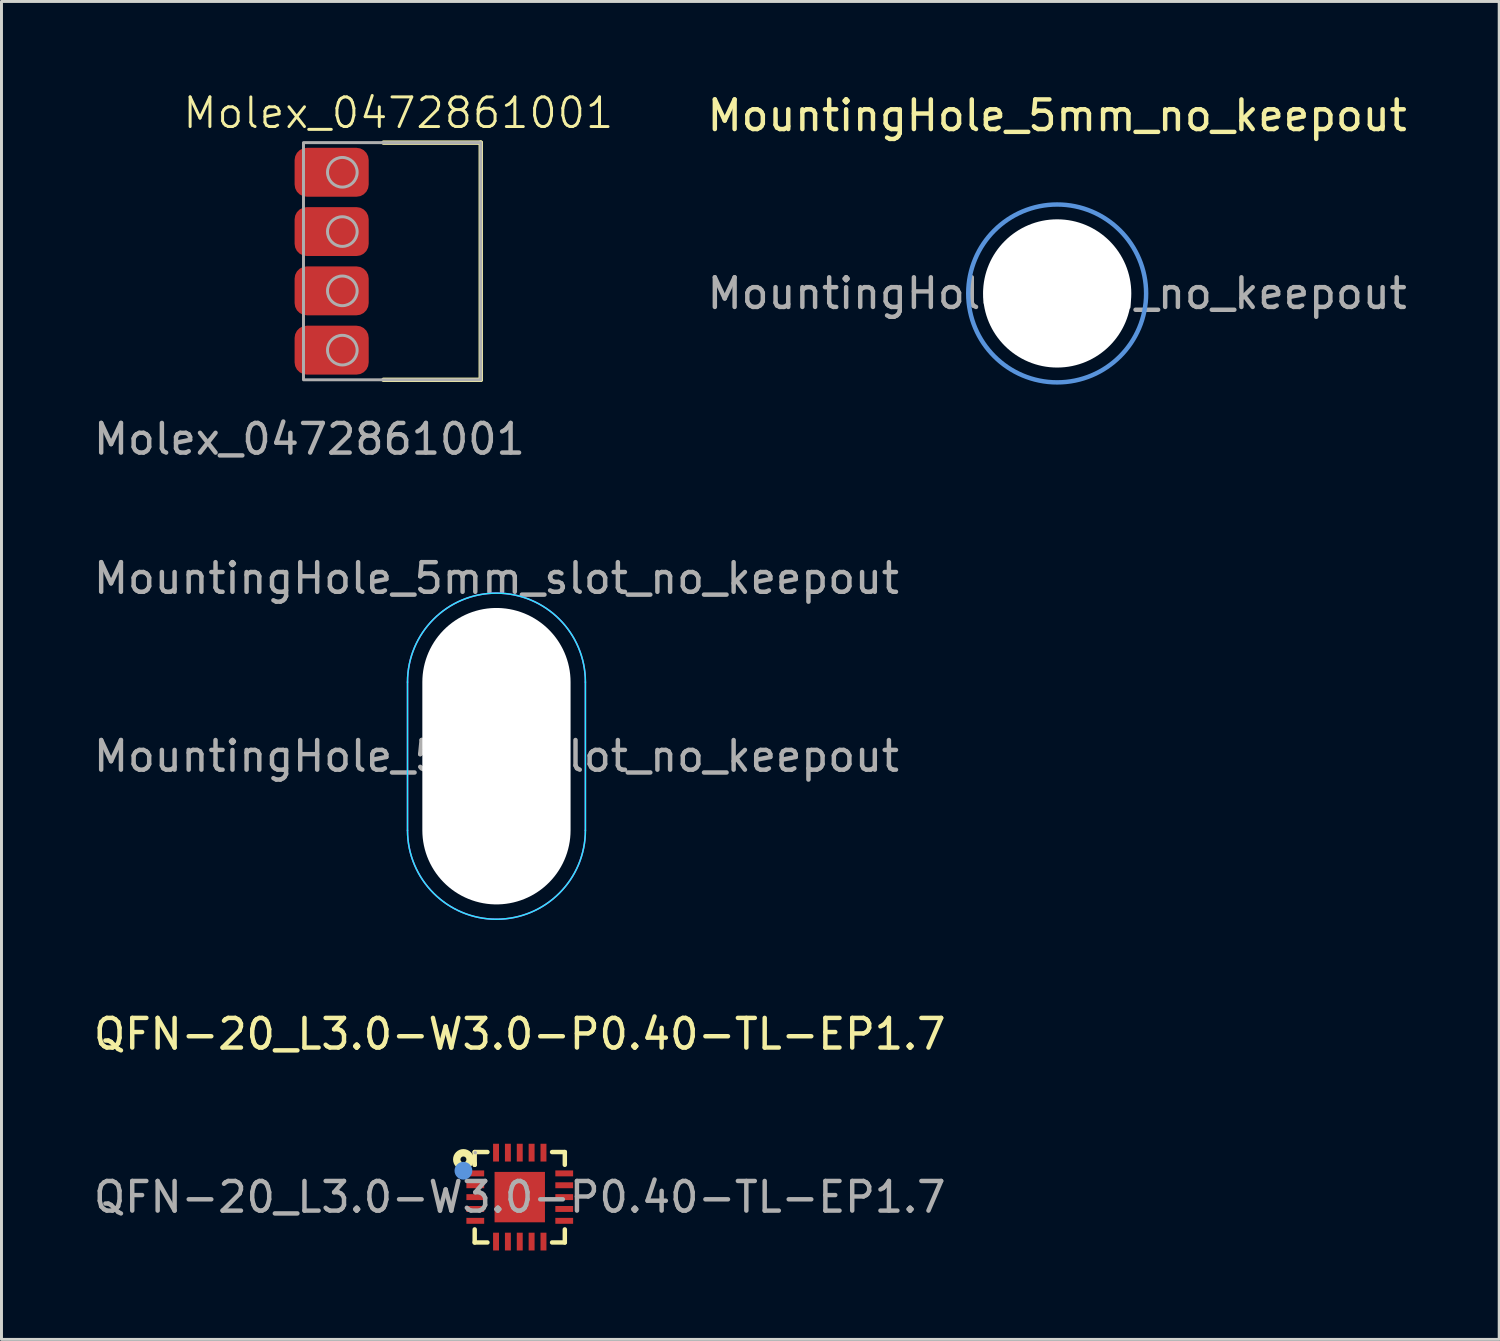
<source format=kicad_pcb>
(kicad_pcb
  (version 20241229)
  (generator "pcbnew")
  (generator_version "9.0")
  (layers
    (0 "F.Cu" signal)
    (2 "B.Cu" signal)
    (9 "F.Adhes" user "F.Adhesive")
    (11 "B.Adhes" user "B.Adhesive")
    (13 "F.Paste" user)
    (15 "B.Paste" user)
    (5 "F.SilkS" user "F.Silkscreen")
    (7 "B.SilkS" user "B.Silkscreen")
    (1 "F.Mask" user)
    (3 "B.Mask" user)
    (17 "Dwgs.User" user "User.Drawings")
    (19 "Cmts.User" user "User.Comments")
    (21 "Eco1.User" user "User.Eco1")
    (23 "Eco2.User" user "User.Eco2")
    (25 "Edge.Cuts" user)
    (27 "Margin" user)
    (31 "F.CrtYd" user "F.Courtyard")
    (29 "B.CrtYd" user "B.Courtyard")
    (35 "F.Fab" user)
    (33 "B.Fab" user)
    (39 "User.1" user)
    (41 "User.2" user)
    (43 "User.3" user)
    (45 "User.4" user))
  (footprint "QFN-20_L3.0-W3.0-P0.40-TL-EP1.7"
    (layer "F.Cu")
    (at 14.482 37.33)
    (property "Reference" "QFN-20_L3.0-W3.0-P0.40-TL-EP1.7" (at 0 -5.5 0) (layer "F.SilkS") (effects (font (size 1 1) (thickness 0.15))))
    (attr smd)
    (fp_line (start -1.52 -1.52) (end -1.09 -1.52) (stroke (width 0.15) (type solid)) (layer "F.SilkS"))
    (fp_line (start -1.52 -1.09) (end -1.52 -1.52) (stroke (width 0.15) (type solid)) (layer "F.SilkS"))
    (fp_line (start -1.52 -1.09) (end -1.52 -1.14) (stroke (width 0.15) (type solid)) (layer "F.SilkS"))
    (fp_line (start -1.52 1.53) (end -1.52 1.09) (stroke (width 0.15) (type solid)) (layer "F.SilkS"))
    (fp_line (start -1.09 1.53) (end -1.52 1.53) (stroke (width 0.15) (type solid)) (layer "F.SilkS"))
    (fp_line (start 1.09 -1.52) (end 1.52 -1.52) (stroke (width 0.15) (type solid)) (layer "F.SilkS"))
    (fp_line (start 1.52 -1.52) (end 1.52 -1.09) (stroke (width 0.15) (type solid)) (layer "F.SilkS"))
    (fp_line (start 1.52 1.09) (end 1.52 1.53) (stroke (width 0.15) (type solid)) (layer "F.SilkS"))
    (fp_line (start 1.52 1.53) (end 1.09 1.53) (stroke (width 0.15) (type solid)) (layer "F.SilkS"))
    (fp_circle (center -1.9 -1.27) (end -1.8 -1.27) (stroke (width 0.25) (type solid)) (fill no) (layer "F.SilkS"))
    (fp_circle (center -1.9 -0.89) (end -1.75 -0.89) (stroke (width 0.3) (type solid)) (fill no) (layer "Cmts.User"))
    (fp_circle (center -1.5 -1.5) (end -1.47 -1.5) (stroke (width 0.06) (type solid)) (fill no) (layer "F.Fab"))
    (fp_text user "${REFERENCE}" (at 0 0 0) (layer "F.Fab") (effects (font (size 1 1) (thickness 0.15))))
    (pad "1" smd rect (at -1.5 -0.8) (size 0.6 0.2) (layers "F.Cu" "F.Mask" "F.Paste"))
    (pad "2" smd rect (at -1.5 -0.4) (size 0.6 0.2) (layers "F.Cu" "F.Mask" "F.Paste"))
    (pad "3" smd rect (at -1.5 0) (size 0.6 0.2) (layers "F.Cu" "F.Mask" "F.Paste"))
    (pad "4" smd rect (at -1.5 0.4) (size 0.6 0.2) (layers "F.Cu" "F.Mask" "F.Paste"))
    (pad "5" smd rect (at -1.5 0.8) (size 0.6 0.2) (layers "F.Cu" "F.Mask" "F.Paste"))
    (pad "6" smd rect (at -0.8 1.5) (size 0.2 0.6) (layers "F.Cu" "F.Mask" "F.Paste"))
    (pad "7" smd rect (at -0.4 1.5) (size 0.2 0.6) (layers "F.Cu" "F.Mask" "F.Paste"))
    (pad "8" smd rect (at 0 1.5) (size 0.2 0.6) (layers "F.Cu" "F.Mask" "F.Paste"))
    (pad "9" smd rect (at 0.4 1.5) (size 0.2 0.6) (layers "F.Cu" "F.Mask" "F.Paste"))
    (pad "10" smd rect (at 0.8 1.5) (size 0.2 0.6) (layers "F.Cu" "F.Mask" "F.Paste"))
    (pad "11" smd rect (at 1.5 0.8) (size 0.6 0.2) (layers "F.Cu" "F.Mask" "F.Paste"))
    (pad "12" smd rect (at 1.5 0.4) (size 0.6 0.2) (layers "F.Cu" "F.Mask" "F.Paste"))
    (pad "13" smd rect (at 1.5 0) (size 0.6 0.2) (layers "F.Cu" "F.Mask" "F.Paste"))
    (pad "14" smd rect (at 1.5 -0.4) (size 0.6 0.2) (layers "F.Cu" "F.Mask" "F.Paste"))
    (pad "15" smd rect (at 1.5 -0.8) (size 0.6 0.2) (layers "F.Cu" "F.Mask" "F.Paste"))
    (pad "16" smd rect (at 0.8 -1.5) (size 0.2 0.6) (layers "F.Cu" "F.Mask" "F.Paste"))
    (pad "17" smd rect (at 0.4 -1.5) (size 0.2 0.6) (layers "F.Cu" "F.Mask" "F.Paste"))
    (pad "18" smd rect (at 0 -1.5) (size 0.2 0.6) (layers "F.Cu" "F.Mask" "F.Paste"))
    (pad "19" smd rect (at -0.4 -1.5) (size 0.2 0.6) (layers "F.Cu" "F.Mask" "F.Paste"))
    (pad "20" smd rect (at -0.8 -1.5) (size 0.2 0.6) (layers "F.Cu" "F.Mask" "F.Paste"))
    (pad "21" smd rect (at 0 0 180) (size 1.7 1.7) (layers "F.Cu" "F.Mask" "F.Paste")))
  (footprint "MountingHole_5mm_no_keepout"
    (layer "F.Cu")
    (at 32.61 6.848)
    (property "Reference" "MountingHole_5mm_no_keepout" (at 0 -6 0) (layer "F.SilkS") (effects (font (size 1 1) (thickness 0.15))))
    (attr exclude_from_pos_files exclude_from_bom)
    (fp_circle (center 0 0) (end 3 0) (stroke (width 0.15) (type solid)) (fill no) (layer "Cmts.User"))
    (fp_circle (center 0 0) (end 3 0) (stroke (width 0.05) (type solid)) (fill no) (layer "F.CrtYd"))
    (fp_text user "${REFERENCE}" (at 0 0 0) (layer "F.Fab") (effects (font (size 1 1) (thickness 0.15))))
    (pad "" np_thru_hole circle (at 0 0) (size 5 5) (drill 5) (layers "*.Cu" "*.Mask")))
  (footprint "Molex_0472861001"
    (layer "F.Cu")
    (at 6.887 5.761)
    (property "Reference" "Molex_0472861001" (at 3.5 -5 0) (unlocked yes) (layer "F.SilkS") (effects (font (size 1 1) (thickness 0.1))))
    (attr smd)
    (fp_line (start 6.28 -4) (end 3 -4) (stroke (width 0.15) (type default)) (layer "F.SilkS"))
    (fp_line (start 6.28 -4) (end 6.28 4) (stroke (width 0.15) (type default)) (layer "F.SilkS"))
    (fp_line (start 6.28 4) (end 3 4) (stroke (width 0.15) (type default)) (layer "F.SilkS"))
    (fp_rect (start 0.3 -4) (end 6.28 4) (stroke (width 0.1) (type default)) (fill no) (layer "F.Fab"))
    (fp_circle (center 1.61 -3) (end 2.11 -3) (stroke (width 0.1) (type solid)) (fill no) (layer "F.Fab"))
    (fp_circle (center 1.61 -1) (end 2.11 -1) (stroke (width 0.1) (type solid)) (fill no) (layer "F.Fab"))
    (fp_circle (center 1.61 1) (end 2.11 1) (stroke (width 0.1) (type solid)) (fill no) (layer "F.Fab"))
    (fp_circle (center 1.61 3) (end 2.11 3) (stroke (width 0.1) (type solid)) (fill no) (layer "F.Fab"))
    (fp_text user "${REFERENCE}" (at 0.5 6 0) (unlocked yes) (layer "F.Fab") (effects (font (size 1 1) (thickness 0.15))))
    (pad "1" smd roundrect (at 1.25 3) (size 2.5 1.65) (layers "F.Cu" "F.Mask" "F.Paste") (roundrect_rratio 0.25))
    (pad "2" smd roundrect (at 1.25 1) (size 2.5 1.65) (layers "F.Cu" "F.Mask" "F.Paste") (roundrect_rratio 0.25))
    (pad "3" smd roundrect (at 1.25 -1) (size 2.5 1.65) (layers "F.Cu" "F.Mask" "F.Paste") (roundrect_rratio 0.25))
    (pad "4" smd roundrect (at 1.25 -3) (size 2.5 1.65) (layers "F.Cu" "F.Mask" "F.Paste") (roundrect_rratio 0.25)))
  (footprint "MountingHole_5mm_slot_no_keepout"
    (layer "F.Cu")
    (at 13.696 22.457)
    (property "Reference" "MountingHole_5mm_slot_no_keepout" (at 0 -6 0) (layer "F.Fab") (effects (font (size 1 1) (thickness 0.15))))
    (attr exclude_from_pos_files exclude_from_bom)
    (fp_line (start -3 2.5) (end -3 -2.5) (stroke (width 0.05) (type default)) (layer "B.CrtYd"))
    (fp_line (start 3 2.5) (end 3 -2.5) (stroke (width 0.05) (type default)) (layer "B.CrtYd"))
    (fp_arc (start -3 -2.5) (mid 0 -5.5) (end 3 -2.5) (stroke (width 0.05) (type default)) (layer "B.CrtYd"))
    (fp_arc (start 3 2.5) (mid 0 5.5) (end -3 2.5) (stroke (width 0.05) (type default)) (layer "B.CrtYd"))
    (fp_line (start -3 -2.5) (end -3 2.5) (stroke (width 0.05) (type default)) (layer "F.CrtYd"))
    (fp_line (start 3 -2.5) (end 3 2.5) (stroke (width 0.05) (type default)) (layer "F.CrtYd"))
    (fp_arc (start -3 -2.5) (mid 0 -5.5) (end 3 -2.5) (stroke (width 0.05) (type default)) (layer "F.CrtYd"))
    (fp_arc (start 3 2.5) (mid 0 5.5) (end -3 2.5) (stroke (width 0.05) (type default)) (layer "F.CrtYd"))
    (fp_text user "${REFERENCE}" (at 0 0 0) (layer "F.Fab") (effects (font (size 1 1) (thickness 0.15))))
    (pad "" np_thru_hole oval (at 0 0) (size 5 10) (drill oval 5 10) (layers "*.Cu" "*.Mask")))
  (gr_rect
    (start -3 -3)
    (end 47.52 42.13)
    (stroke (width 0.1) (type default))
    (fill no)
    (layer "Edge.Cuts")))
</source>
